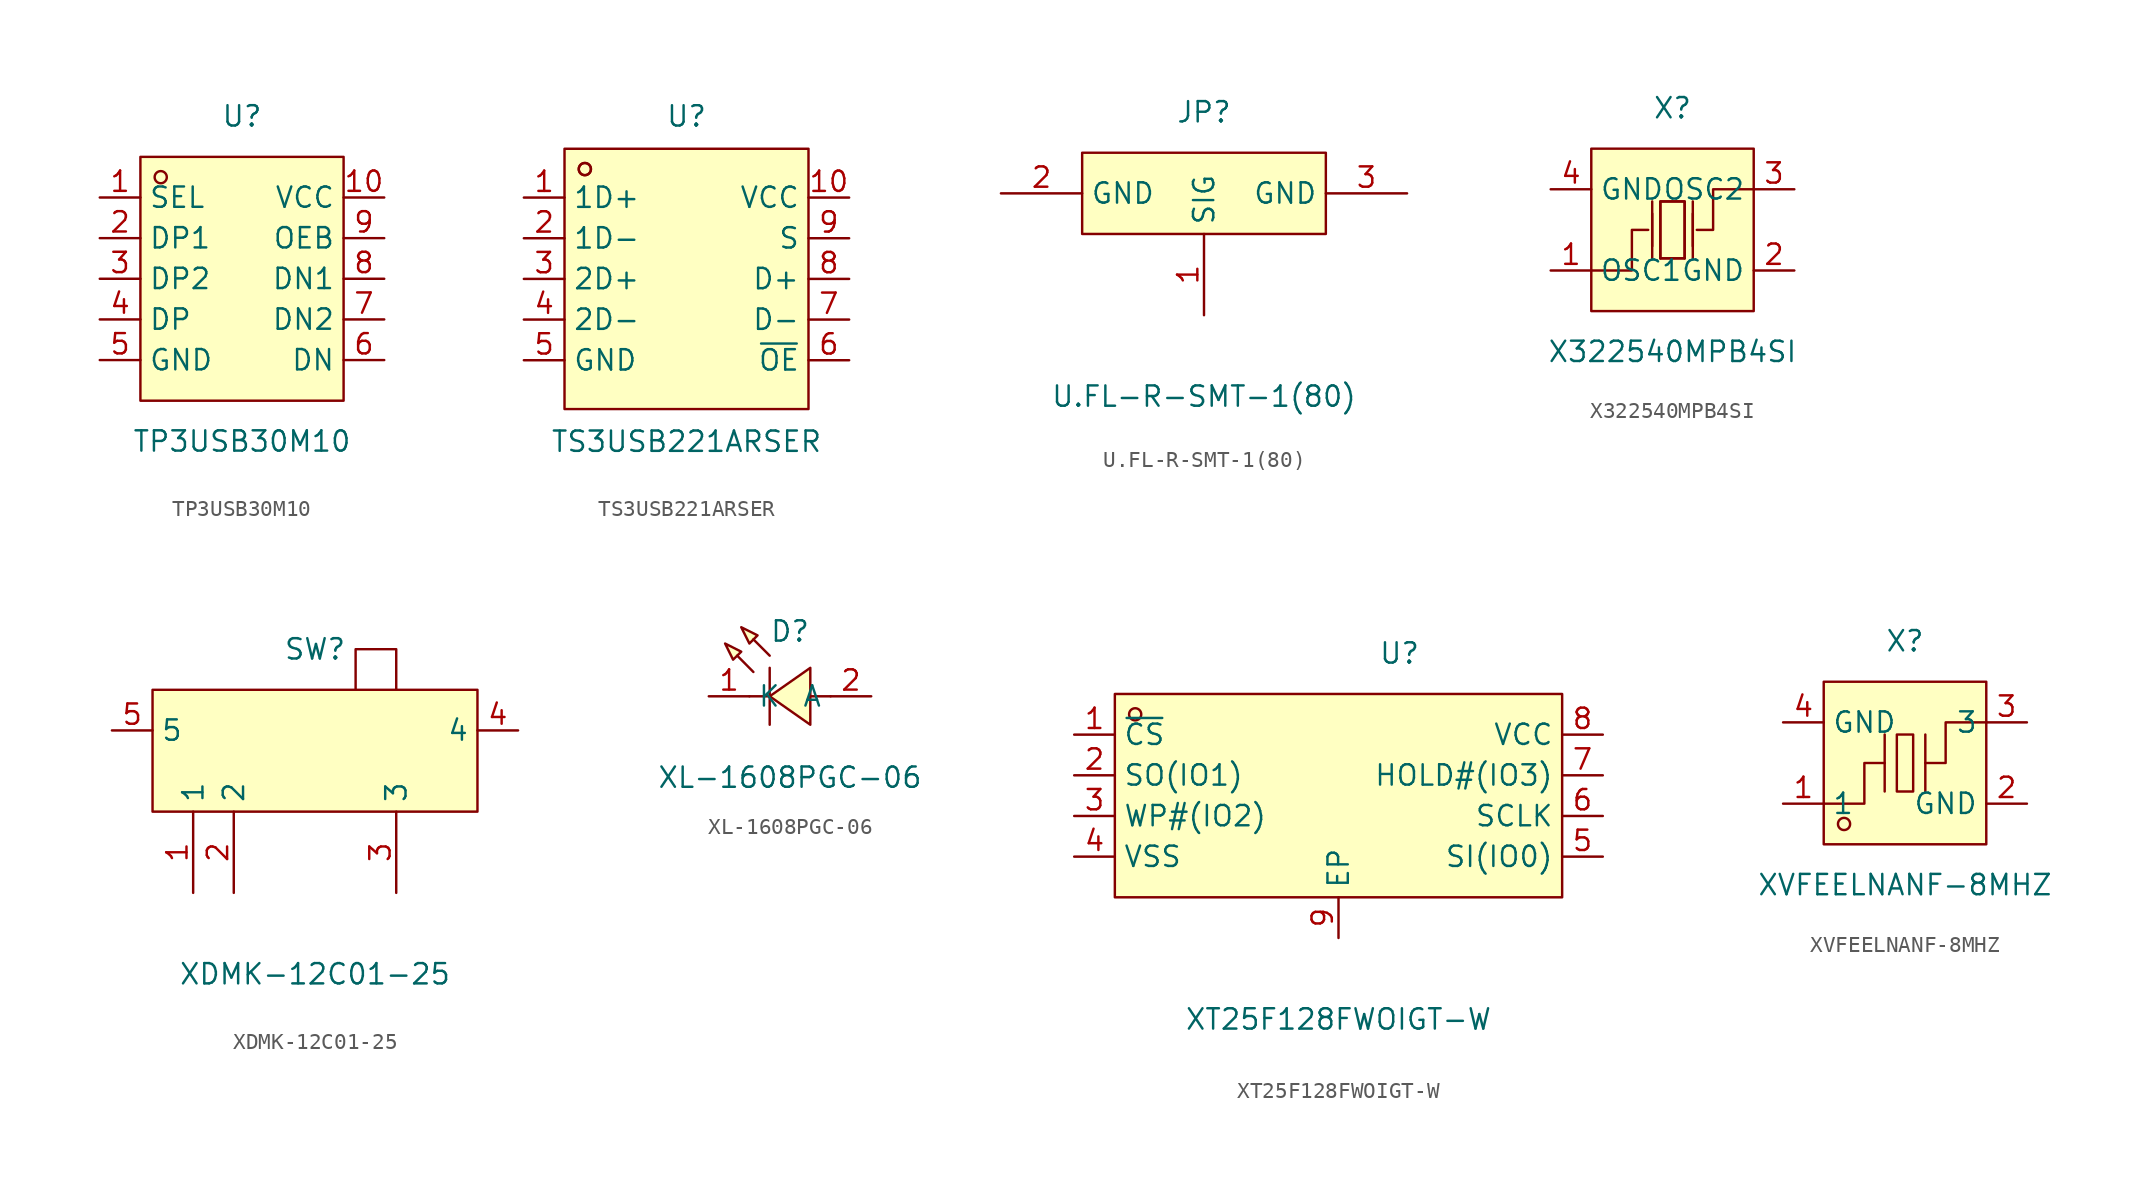
<source format=kicad_sym>
(kicad_symbol_lib
  (version 20241209)
  (generator "kicad_symbol_editor")
  (generator_version "9.0")
  (symbol "TP3USB30M10"
    (property "Reference" "U"
      (at 0 10.16 0)
      (effects (font (size 1.27 1.27))))
    (property "Value" "TP3USB30M10"
      (at 0 -10.16 0)
      (effects (font (size 1.27 1.27))))
    (symbol "TP3USB30M10_0_1"
      (rectangle (start -6.35 7.62) (end 6.35 -7.62) (stroke (width 0) (type default)) (fill (type background)))
      (circle (center -5.08 6.35) (radius 0.38) (stroke (width 0) (type default)) (fill (type none)))
      (pin unspecified line (at -8.89 5.08 0) (length 2.54) (name "SEL" (effects (font (size 1.27 1.27)))) (number "1" (effects (font (size 1.27 1.27)))))
      (pin unspecified line (at -8.89 2.54 0) (length 2.54) (name "DP1" (effects (font (size 1.27 1.27)))) (number "2" (effects (font (size 1.27 1.27)))))
      (pin unspecified line (at -8.89 0 0) (length 2.54) (name "DP2" (effects (font (size 1.27 1.27)))) (number "3" (effects (font (size 1.27 1.27)))))
      (pin unspecified line (at -8.89 -2.54 0) (length 2.54) (name "DP" (effects (font (size 1.27 1.27)))) (number "4" (effects (font (size 1.27 1.27)))))
      (pin unspecified line (at -8.89 -5.08 0) (length 2.54) (name "GND" (effects (font (size 1.27 1.27)))) (number "5" (effects (font (size 1.27 1.27)))))
      (pin unspecified line (at 8.89 5.08 180) (length 2.54) (name "VCC" (effects (font (size 1.27 1.27)))) (number "10" (effects (font (size 1.27 1.27)))))
      (pin unspecified line (at 8.89 2.54 180) (length 2.54) (name "OEB" (effects (font (size 1.27 1.27)))) (number "9" (effects (font (size 1.27 1.27)))))
      (pin unspecified line (at 8.89 0 180) (length 2.54) (name "DN1" (effects (font (size 1.27 1.27)))) (number "8" (effects (font (size 1.27 1.27)))))
      (pin unspecified line (at 8.89 -2.54 180) (length 2.54) (name "DN2" (effects (font (size 1.27 1.27)))) (number "7" (effects (font (size 1.27 1.27)))))
      (pin unspecified line (at 8.89 -5.08 180) (length 2.54) (name "DN" (effects (font (size 1.27 1.27)))) (number "6" (effects (font (size 1.27 1.27)))))))
  (symbol "TS3USB221ARSER"
    (property "Reference" "U"
      (at 0 10.16 0)
      (effects (font (size 1.27 1.27))))
    (property "Value" "TS3USB221ARSER"
      (at 0 -10.16 0)
      (effects (font (size 1.27 1.27))))
    (symbol "TS3USB221ARSER_0_1"
      (rectangle (start -7.62 8.13) (end 7.62 -8.13) (stroke (width 0) (type default)) (fill (type background)))
      (circle (center -6.35 6.86) (radius 0.38) (stroke (width 0) (type default)) (fill (type none)))
      (circle (center -6.35 6.86) (radius 0.38) (stroke (width 0) (type default)) (fill (type none)))
      (pin unspecified line (at -10.16 5.08 0) (length 2.54) (name "1D+" (effects (font (size 1.27 1.27)))) (number "1" (effects (font (size 1.27 1.27)))))
      (pin unspecified line (at -10.16 2.54 0) (length 2.54) (name "1D-" (effects (font (size 1.27 1.27)))) (number "2" (effects (font (size 1.27 1.27)))))
      (pin unspecified line (at -10.16 0 0) (length 2.54) (name "2D+" (effects (font (size 1.27 1.27)))) (number "3" (effects (font (size 1.27 1.27)))))
      (pin unspecified line (at -10.16 -2.54 0) (length 2.54) (name "2D-" (effects (font (size 1.27 1.27)))) (number "4" (effects (font (size 1.27 1.27)))))
      (pin unspecified line (at -10.16 -5.08 0) (length 2.54) (name "GND" (effects (font (size 1.27 1.27)))) (number "5" (effects (font (size 1.27 1.27)))))
      (pin unspecified line (at 10.16 5.08 180) (length 2.54) (name "VCC" (effects (font (size 1.27 1.27)))) (number "10" (effects (font (size 1.27 1.27)))))
      (pin unspecified line (at 10.16 2.54 180) (length 2.54) (name "S" (effects (font (size 1.27 1.27)))) (number "9" (effects (font (size 1.27 1.27)))))
      (pin unspecified line (at 10.16 0 180) (length 2.54) (name "D+" (effects (font (size 1.27 1.27)))) (number "8" (effects (font (size 1.27 1.27)))))
      (pin unspecified line (at 10.16 -2.54 180) (length 2.54) (name "D-" (effects (font (size 1.27 1.27)))) (number "7" (effects (font (size 1.27 1.27)))))
      (pin unspecified line (at 10.16 -5.08 180) (length 2.54) (name "~{OE}" (effects (font (size 1.27 1.27)))) (number "6" (effects (font (size 1.27 1.27)))))))
  (symbol "U.FL-R-SMT-1(80)"
    (property "Reference" "JP"
      (at 0 7.62 0)
      (effects (font (size 1.27 1.27))))
    (property "Value" "U.FL-R-SMT-1(80)"
      (at 0 -10.16 0)
      (effects (font (size 1.27 1.27))))
    (symbol "U.FL-R-SMT-1(80)_0_1"
      (rectangle (start -7.62 5.08) (end 7.62 0) (stroke (width 0) (type default)) (fill (type background)))
      (pin unspecified line (at -12.7 2.54 0) (length 5.08) (name "GND" (effects (font (size 1.27 1.27)))) (number "2" (effects (font (size 1.27 1.27)))))
      (pin unspecified line (at 0 -5.08 90) (length 5.08) (name "SIG" (effects (font (size 1.27 1.27)))) (number "1" (effects (font (size 1.27 1.27)))))
      (pin unspecified line (at 12.7 2.54 180) (length 5.08) (name "GND" (effects (font (size 1.27 1.27)))) (number "3" (effects (font (size 1.27 1.27)))))))
  (symbol "X322540MPB4SI"
    (property "Reference" "X"
      (at 0 7.62 0)
      (effects (font (size 1.27 1.27))))
    (property "Value" "X322540MPB4SI"
      (at 0 -7.62 0)
      (effects (font (size 1.27 1.27))))
    (symbol "X322540MPB4SI_0_1"
      (rectangle (start -5.08 5.08) (end 5.08 -5.08) (stroke (width 0) (type default)) (fill (type background)))
      (polyline (pts (xy -5.08 -2.54) (xy -2.54 -2.54) (xy -2.54 0) (xy -1.52 0)) (stroke (width 0) (type default)) (fill (type none)))
      (polyline (pts (xy -1.27 -1.02) (xy -1.27 1.02)) (stroke (width 0) (type default)) (fill (type none)))
      (polyline (pts (xy -1.27 -1.78) (xy -1.27 1.78)) (stroke (width 0) (type default)) (fill (type none)))
      (polyline (pts (xy -0.76 -1.78) (xy -0.76 1.78) (xy 0.76 1.78) (xy 0.76 -1.78)) (stroke (width 0) (type default)) (fill (type none)))
      (polyline (pts (xy 0.76 1.78) (xy 0.76 -1.78) (xy -0.76 -1.78) (xy -0.76 1.78) (xy 0.76 1.78)) (stroke (width 0) (type default)) (fill (type background)))
      (polyline (pts (xy 0.76 -1.78) (xy -0.76 -1.78)) (stroke (width 0) (type default)) (fill (type none)))
      (polyline (pts (xy 1.27 -1.02) (xy 1.27 1.02)) (stroke (width 0) (type default)) (fill (type none)))
      (polyline (pts (xy 1.27 -1.78) (xy 1.27 1.78)) (stroke (width 0) (type default)) (fill (type none)))
      (polyline (pts (xy 5.08 2.54) (xy 2.54 2.54) (xy 2.54 0) (xy 1.52 0)) (stroke (width 0) (type default)) (fill (type none)))
      (pin unspecified line (at -7.62 2.54 0) (length 2.54) (name "GND" (effects (font (size 1.27 1.27)))) (number "4" (effects (font (size 1.27 1.27)))))
      (pin unspecified line (at -7.62 -2.54 0) (length 2.54) (name "OSC1" (effects (font (size 1.27 1.27)))) (number "1" (effects (font (size 1.27 1.27)))))
      (pin unspecified line (at 7.62 2.54 180) (length 2.54) (name "OSC2" (effects (font (size 1.27 1.27)))) (number "3" (effects (font (size 1.27 1.27)))))
      (pin unspecified line (at 7.62 -2.54 180) (length 2.54) (name "GND" (effects (font (size 1.27 1.27)))) (number "2" (effects (font (size 1.27 1.27)))))))
  (symbol "XDMK-12C01-25"
    (property "Reference" "SW"
      (at 0 7.62 0)
      (effects (font (size 1.27 1.27))))
    (property "Value" "XDMK-12C01-25"
      (at 0 -12.7 0)
      (effects (font (size 1.27 1.27))))
    (symbol "XDMK-12C01-25_0_1"
      (rectangle (start -10.16 5.08) (end 10.16 -2.54) (stroke (width 0) (type default)) (fill (type background)))
      (polyline (pts (xy 5.08 5.08) (xy 5.08 7.62) (xy 2.54 7.62) (xy 2.54 5.08)) (stroke (width 0) (type default)) (fill (type none)))
      (pin unspecified line (at -12.7 2.54 0) (length 2.54) (name "5" (effects (font (size 1.27 1.27)))) (number "5" (effects (font (size 1.27 1.27)))))
      (pin unspecified line (at -7.62 -7.62 90) (length 5.08) (name "1" (effects (font (size 1.27 1.27)))) (number "1" (effects (font (size 1.27 1.27)))))
      (pin unspecified line (at -5.08 -7.62 90) (length 5.08) (name "2" (effects (font (size 1.27 1.27)))) (number "2" (effects (font (size 1.27 1.27)))))
      (pin unspecified line (at 5.08 -7.62 90) (length 5.08) (name "3" (effects (font (size 1.27 1.27)))) (number "3" (effects (font (size 1.27 1.27)))))
      (pin unspecified line (at 12.7 2.54 180) (length 2.54) (name "4" (effects (font (size 1.27 1.27)))) (number "4" (effects (font (size 1.27 1.27)))))))
  (symbol "XL-1608PGC-06"
    (property "Reference" "D"
      (at 0 6.604 0)
      (effects (font (size 1.27 1.27))))
    (property "Value" "XL-1608PGC-06"
      (at 0 -2.54 0)
      (effects (font (size 1.27 1.27))))
    (symbol "XL-1608PGC-06_0_1"
      (polyline (pts (xy -4.06 5.84) (xy -3.05 5.33) (xy -3.56 4.83) (xy -4.06 5.84)) (stroke (width 0) (type default)) (fill (type background)))
      (polyline (pts (xy -3.05 6.86) (xy -2.03 6.35) (xy -2.54 5.84) (xy -3.05 6.86)) (stroke (width 0) (type default)) (fill (type background)))
      (polyline (pts (xy -2.29 4.06) (xy -3.3 5.08) (xy -2.29 4.06)) (stroke (width 0) (type default)) (fill (type background)))
      (polyline (pts (xy -1.27 5.08) (xy -2.29 6.1) (xy -1.27 5.08)) (stroke (width 0) (type default)) (fill (type background)))
      (polyline (pts (xy -1.27 4.32) (xy -1.27 0.76)) (stroke (width 0) (type default)) (fill (type none)))
      (polyline (pts (xy -1.27 2.54) (xy -2.54 2.54)) (stroke (width 0) (type default)) (fill (type none)))
      (polyline (pts (xy 1.27 4.32) (xy -1.27 2.54) (xy 1.27 0.76) (xy 1.27 4.32)) (stroke (width 0) (type default)) (fill (type background)))
      (polyline (pts (xy 2.54 2.54) (xy 1.27 2.54)) (stroke (width 0) (type default)) (fill (type none)))
      (pin unspecified line (at -5.08 2.54 0) (length 2.54) (name "K" (effects (font (size 1.27 1.27)))) (number "1" (effects (font (size 1.27 1.27)))))
      (pin unspecified line (at 5.08 2.54 180) (length 2.54) (name "A" (effects (font (size 1.27 1.27)))) (number "2" (effects (font (size 1.27 1.27)))))))
  (symbol "XT25F128FWOIGT-W"
    (property "Reference" "U"
      (at 3.81 10.16 0)
      (effects (font (size 1.27 1.27))))
    (property "Value" "XT25F128FWOIGT-W"
      (at 0 -12.7 0)
      (effects (font (size 1.27 1.27))))
    (symbol "XT25F128FWOIGT-W_0_1"
      (rectangle (start -13.97 7.62) (end 13.97 -5.08) (stroke (width 0) (type default)) (fill (type background)))
      (circle (center -12.7 6.35) (radius 0.38) (stroke (width 0) (type default)) (fill (type none)))
      (pin unspecified line (at -16.51 5.08 0) (length 2.54) (name "~{CS}" (effects (font (size 1.27 1.27)))) (number "1" (effects (font (size 1.27 1.27)))))
      (pin unspecified line (at -16.51 2.54 0) (length 2.54) (name "SO(IO1)" (effects (font (size 1.27 1.27)))) (number "2" (effects (font (size 1.27 1.27)))))
      (pin unspecified line (at -16.51 0 0) (length 2.54) (name "WP#(IO2)" (effects (font (size 1.27 1.27)))) (number "3" (effects (font (size 1.27 1.27)))))
      (pin unspecified line (at -16.51 -2.54 0) (length 2.54) (name "VSS" (effects (font (size 1.27 1.27)))) (number "4" (effects (font (size 1.27 1.27)))))
      (pin unspecified line (at 0 -7.62 90) (length 2.54) (name "EP" (effects (font (size 1.27 1.27)))) (number "9" (effects (font (size 1.27 1.27)))))
      (pin unspecified line (at 16.51 5.08 180) (length 2.54) (name "VCC" (effects (font (size 1.27 1.27)))) (number "8" (effects (font (size 1.27 1.27)))))
      (pin unspecified line (at 16.51 2.54 180) (length 2.54) (name "HOLD#(IO3)" (effects (font (size 1.27 1.27)))) (number "7" (effects (font (size 1.27 1.27)))))
      (pin unspecified line (at 16.51 0 180) (length 2.54) (name "SCLK" (effects (font (size 1.27 1.27)))) (number "6" (effects (font (size 1.27 1.27)))))
      (pin unspecified line (at 16.51 -2.54 180) (length 2.54) (name "SI(IO0)" (effects (font (size 1.27 1.27)))) (number "5" (effects (font (size 1.27 1.27)))))))
  (symbol "XVFEELNANF-8MHZ"
    (property "Reference" "X"
      (at 0 7.62 0)
      (effects (font (size 1.27 1.27))))
    (property "Value" "XVFEELNANF-8MHZ"
      (at 0 -7.62 0)
      (effects (font (size 1.27 1.27))))
    (symbol "XVFEELNANF-8MHZ_0_1"
      (rectangle (start -5.08 5.08) (end 5.08 -5.08) (stroke (width 0) (type default)) (fill (type background)))
      (polyline (pts (xy -5.08 -2.54) (xy -2.54 -2.54) (xy -2.54 0) (xy -1.27 0)) (stroke (width 0) (type default)) (fill (type none)))
      (circle (center -3.81 -3.81) (radius 0.38) (stroke (width 0) (type default)) (fill (type none)))
      (polyline (pts (xy -1.27 -1.78) (xy -1.27 1.78)) (stroke (width 0) (type default)) (fill (type none)))
      (rectangle (start -0.51 1.78) (end 0.51 -1.78) (stroke (width 0) (type default)) (fill (type background)))
      (polyline (pts (xy 1.27 -1.78) (xy 1.27 1.78)) (stroke (width 0) (type default)) (fill (type none)))
      (polyline (pts (xy 5.08 2.54) (xy 2.54 2.54) (xy 2.54 0) (xy 1.27 0)) (stroke (width 0) (type default)) (fill (type none)))
      (pin input line (at -7.62 2.54 0) (length 2.54) (name "GND" (effects (font (size 1.27 1.27)))) (number "4" (effects (font (size 1.27 1.27)))))
      (pin input line (at -7.62 -2.54 0) (length 2.54) (name "1" (effects (font (size 1.27 1.27)))) (number "1" (effects (font (size 1.27 1.27)))))
      (pin input line (at 7.62 2.54 180) (length 2.54) (name "3" (effects (font (size 1.27 1.27)))) (number "3" (effects (font (size 1.27 1.27)))))
      (pin input line (at 7.62 -2.54 180) (length 2.54) (name "GND" (effects (font (size 1.27 1.27)))) (number "2" (effects (font (size 1.27 1.27))))))))
</source>
